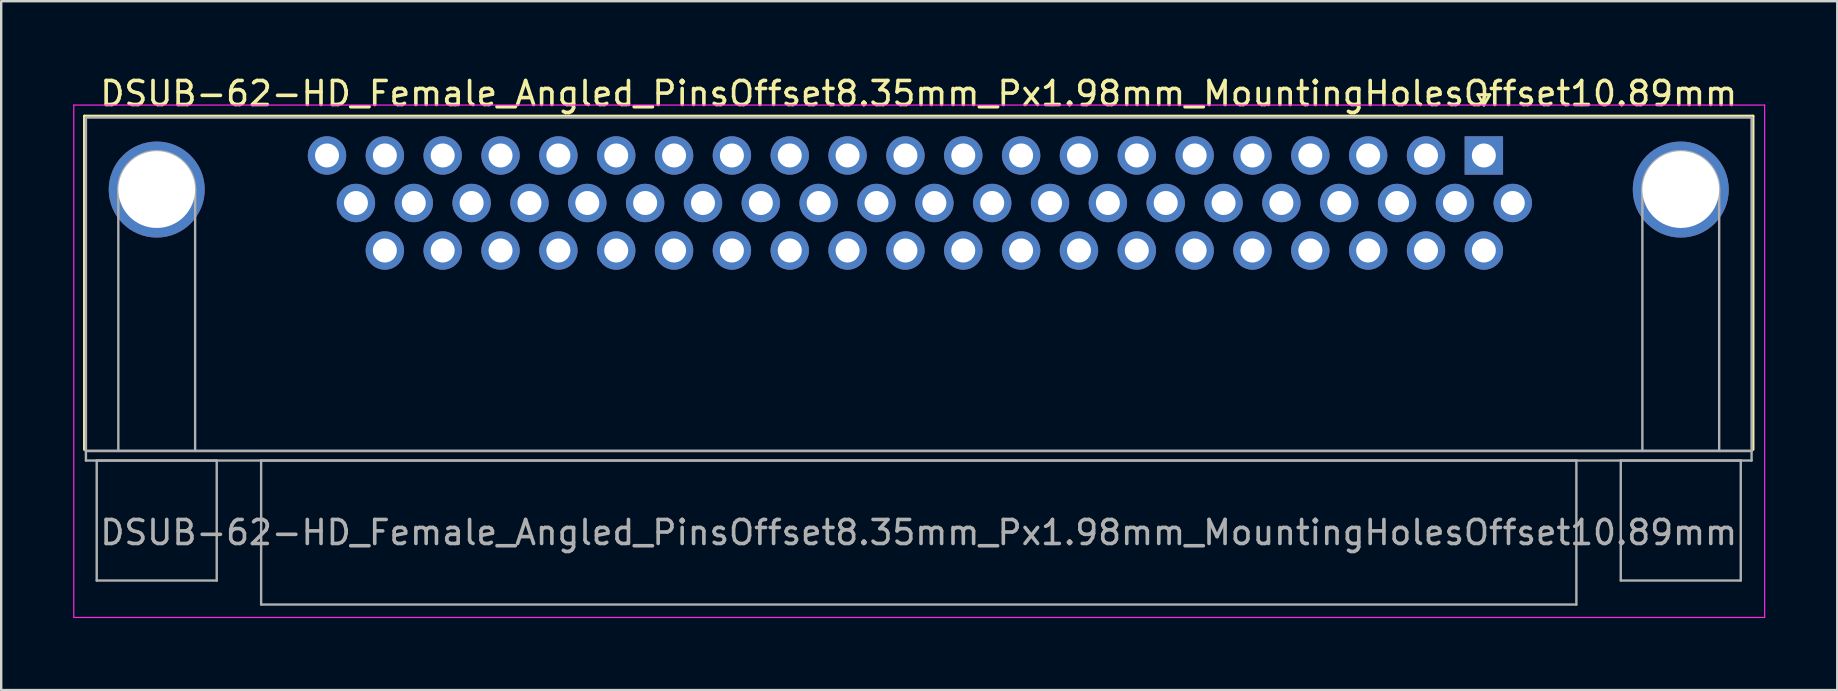
<source format=kicad_pcb>
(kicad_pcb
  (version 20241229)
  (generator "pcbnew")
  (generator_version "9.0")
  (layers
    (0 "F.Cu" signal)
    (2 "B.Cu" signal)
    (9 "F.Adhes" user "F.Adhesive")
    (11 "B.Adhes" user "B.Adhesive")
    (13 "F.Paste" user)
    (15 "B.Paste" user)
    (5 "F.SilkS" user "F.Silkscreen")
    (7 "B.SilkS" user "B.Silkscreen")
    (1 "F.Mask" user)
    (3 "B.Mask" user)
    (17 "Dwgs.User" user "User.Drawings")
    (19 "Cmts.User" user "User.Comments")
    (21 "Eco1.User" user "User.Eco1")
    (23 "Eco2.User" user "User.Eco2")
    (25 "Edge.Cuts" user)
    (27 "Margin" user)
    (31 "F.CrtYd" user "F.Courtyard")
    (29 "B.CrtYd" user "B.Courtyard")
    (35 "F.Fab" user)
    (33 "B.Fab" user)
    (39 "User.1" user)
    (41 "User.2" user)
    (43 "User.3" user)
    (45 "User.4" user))
  (footprint "DSUB-62-HD_Female_Angled_PinsOffset8.35mm_Px1.98mm_MountingHolesOffset10.89mm"
    (layer "F.Cu")
    (at 58.775 3.428)
    (property "Reference" "DSUB-62-HD_Female_Angled_PinsOffset8.35mm_Px1.98mm_MountingHolesOffset10.89mm" (at -23.545 -2.58 0) (layer "F.SilkS") (effects (font (size 1 1) (thickness 0.15))))
    (attr through_hole)
    (fp_line (start -58.305 -1.64) (end 11.215 -1.64) (stroke (width 0.12) (type solid)) (layer "F.SilkS"))
    (fp_line (start -58.305 12.25) (end -58.305 -1.64) (stroke (width 0.12) (type solid)) (layer "F.SilkS"))
    (fp_line (start -0.25 -2.534) (end 0.25 -2.534) (stroke (width 0.12) (type solid)) (layer "F.SilkS"))
    (fp_line (start 0 -2.101) (end -0.25 -2.534) (stroke (width 0.12) (type solid)) (layer "F.SilkS"))
    (fp_line (start 0.25 -2.534) (end 0 -2.101) (stroke (width 0.12) (type solid)) (layer "F.SilkS"))
    (fp_line (start 11.215 -1.64) (end 11.215 12.25) (stroke (width 0.12) (type solid)) (layer "F.SilkS"))
    (fp_line (start -58.75 -2.1) (end -58.75 19.25) (stroke (width 0.05) (type solid)) (layer "F.CrtYd"))
    (fp_line (start -58.75 19.25) (end 11.7 19.25) (stroke (width 0.05) (type solid)) (layer "F.CrtYd"))
    (fp_line (start 11.7 -2.1) (end -58.75 -2.1) (stroke (width 0.05) (type solid)) (layer "F.CrtYd"))
    (fp_line (start 11.7 19.25) (end 11.7 -2.1) (stroke (width 0.05) (type solid)) (layer "F.CrtYd"))
    (fp_line (start -58.245 -1.58) (end -58.245 12.31) (stroke (width 0.1) (type solid)) (layer "F.Fab"))
    (fp_line (start -58.245 12.31) (end -58.245 12.71) (stroke (width 0.1) (type solid)) (layer "F.Fab"))
    (fp_line (start -58.245 12.31) (end 11.155 12.31) (stroke (width 0.1) (type solid)) (layer "F.Fab"))
    (fp_line (start -58.245 12.71) (end 11.155 12.71) (stroke (width 0.1) (type solid)) (layer "F.Fab"))
    (fp_line (start -57.795 12.71) (end -57.795 17.71) (stroke (width 0.1) (type solid)) (layer "F.Fab"))
    (fp_line (start -57.795 17.71) (end -52.795 17.71) (stroke (width 0.1) (type solid)) (layer "F.Fab"))
    (fp_line (start -56.895 12.31) (end -56.895 1.42) (stroke (width 0.1) (type solid)) (layer "F.Fab"))
    (fp_line (start -53.695 12.31) (end -53.695 1.42) (stroke (width 0.1) (type solid)) (layer "F.Fab"))
    (fp_line (start -52.795 12.71) (end -57.795 12.71) (stroke (width 0.1) (type solid)) (layer "F.Fab"))
    (fp_line (start -52.795 17.71) (end -52.795 12.71) (stroke (width 0.1) (type solid)) (layer "F.Fab"))
    (fp_line (start -50.945 12.71) (end -50.945 18.71) (stroke (width 0.1) (type solid)) (layer "F.Fab"))
    (fp_line (start -50.945 18.71) (end 3.855 18.71) (stroke (width 0.1) (type solid)) (layer "F.Fab"))
    (fp_line (start 3.855 12.71) (end -50.945 12.71) (stroke (width 0.1) (type solid)) (layer "F.Fab"))
    (fp_line (start 3.855 18.71) (end 3.855 12.71) (stroke (width 0.1) (type solid)) (layer "F.Fab"))
    (fp_line (start 5.705 12.71) (end 5.705 17.71) (stroke (width 0.1) (type solid)) (layer "F.Fab"))
    (fp_line (start 5.705 17.71) (end 10.705 17.71) (stroke (width 0.1) (type solid)) (layer "F.Fab"))
    (fp_line (start 6.605 12.31) (end 6.605 1.42) (stroke (width 0.1) (type solid)) (layer "F.Fab"))
    (fp_line (start 9.805 12.31) (end 9.805 1.42) (stroke (width 0.1) (type solid)) (layer "F.Fab"))
    (fp_line (start 10.705 12.71) (end 5.705 12.71) (stroke (width 0.1) (type solid)) (layer "F.Fab"))
    (fp_line (start 10.705 17.71) (end 10.705 12.71) (stroke (width 0.1) (type solid)) (layer "F.Fab"))
    (fp_line (start 11.155 -1.58) (end -58.245 -1.58) (stroke (width 0.1) (type solid)) (layer "F.Fab"))
    (fp_line (start 11.155 12.31) (end -58.245 12.31) (stroke (width 0.1) (type solid)) (layer "F.Fab"))
    (fp_line (start 11.155 12.31) (end 11.155 -1.58) (stroke (width 0.1) (type solid)) (layer "F.Fab"))
    (fp_line (start 11.155 12.71) (end 11.155 12.31) (stroke (width 0.1) (type solid)) (layer "F.Fab"))
    (fp_arc (start -56.895 1.42) (mid -55.295 -0.18) (end -53.695 1.42) (stroke (width 0.1) (type solid)) (layer "F.Fab"))
    (fp_arc (start 6.605 1.42) (mid 8.205 -0.18) (end 9.805 1.42) (stroke (width 0.1) (type solid)) (layer "F.Fab"))
    (fp_text user "${REFERENCE}" (at -23.545 15.71 0) (layer "F.Fab") (effects (font (size 1 1) (thickness 0.15))))
    (pad "0" thru_hole circle (at -55.295 1.42) (size 4 4) (drill 3.2) (layers "*.Cu" "*.Mask"))
    (pad "0" thru_hole circle (at 8.205 1.42) (size 4 4) (drill 3.2) (layers "*.Cu" "*.Mask"))
    (pad "1" thru_hole rect (at 0 0) (size 1.6 1.6) (drill 1) (layers "*.Cu" "*.Mask"))
    (pad "2" thru_hole circle (at -2.41 0) (size 1.6 1.6) (drill 1) (layers "*.Cu" "*.Mask"))
    (pad "3" thru_hole circle (at -4.82 0) (size 1.6 1.6) (drill 1) (layers "*.Cu" "*.Mask"))
    (pad "4" thru_hole circle (at -7.23 0) (size 1.6 1.6) (drill 1) (layers "*.Cu" "*.Mask"))
    (pad "5" thru_hole circle (at -9.64 0) (size 1.6 1.6) (drill 1) (layers "*.Cu" "*.Mask"))
    (pad "6" thru_hole circle (at -12.05 0) (size 1.6 1.6) (drill 1) (layers "*.Cu" "*.Mask"))
    (pad "7" thru_hole circle (at -14.46 0) (size 1.6 1.6) (drill 1) (layers "*.Cu" "*.Mask"))
    (pad "8" thru_hole circle (at -16.87 0) (size 1.6 1.6) (drill 1) (layers "*.Cu" "*.Mask"))
    (pad "9" thru_hole circle (at -19.28 0) (size 1.6 1.6) (drill 1) (layers "*.Cu" "*.Mask"))
    (pad "10" thru_hole circle (at -21.69 0) (size 1.6 1.6) (drill 1) (layers "*.Cu" "*.Mask"))
    (pad "11" thru_hole circle (at -24.1 0) (size 1.6 1.6) (drill 1) (layers "*.Cu" "*.Mask"))
    (pad "12" thru_hole circle (at -26.51 0) (size 1.6 1.6) (drill 1) (layers "*.Cu" "*.Mask"))
    (pad "13" thru_hole circle (at -28.92 0) (size 1.6 1.6) (drill 1) (layers "*.Cu" "*.Mask"))
    (pad "14" thru_hole circle (at -31.33 0) (size 1.6 1.6) (drill 1) (layers "*.Cu" "*.Mask"))
    (pad "15" thru_hole circle (at -33.74 0) (size 1.6 1.6) (drill 1) (layers "*.Cu" "*.Mask"))
    (pad "16" thru_hole circle (at -36.15 0) (size 1.6 1.6) (drill 1) (layers "*.Cu" "*.Mask"))
    (pad "17" thru_hole circle (at -38.56 0) (size 1.6 1.6) (drill 1) (layers "*.Cu" "*.Mask"))
    (pad "18" thru_hole circle (at -40.97 0) (size 1.6 1.6) (drill 1) (layers "*.Cu" "*.Mask"))
    (pad "19" thru_hole circle (at -43.38 0) (size 1.6 1.6) (drill 1) (layers "*.Cu" "*.Mask"))
    (pad "20" thru_hole circle (at -45.79 0) (size 1.6 1.6) (drill 1) (layers "*.Cu" "*.Mask"))
    (pad "21" thru_hole circle (at -48.2 0) (size 1.6 1.6) (drill 1) (layers "*.Cu" "*.Mask"))
    (pad "22" thru_hole circle (at 1.205 1.98) (size 1.6 1.6) (drill 1) (layers "*.Cu" "*.Mask"))
    (pad "23" thru_hole circle (at -1.205 1.98) (size 1.6 1.6) (drill 1) (layers "*.Cu" "*.Mask"))
    (pad "24" thru_hole circle (at -3.615 1.98) (size 1.6 1.6) (drill 1) (layers "*.Cu" "*.Mask"))
    (pad "25" thru_hole circle (at -6.025 1.98) (size 1.6 1.6) (drill 1) (layers "*.Cu" "*.Mask"))
    (pad "26" thru_hole circle (at -8.435 1.98) (size 1.6 1.6) (drill 1) (layers "*.Cu" "*.Mask"))
    (pad "27" thru_hole circle (at -10.845 1.98) (size 1.6 1.6) (drill 1) (layers "*.Cu" "*.Mask"))
    (pad "28" thru_hole circle (at -13.255 1.98) (size 1.6 1.6) (drill 1) (layers "*.Cu" "*.Mask"))
    (pad "29" thru_hole circle (at -15.665 1.98) (size 1.6 1.6) (drill 1) (layers "*.Cu" "*.Mask"))
    (pad "30" thru_hole circle (at -18.075 1.98) (size 1.6 1.6) (drill 1) (layers "*.Cu" "*.Mask"))
    (pad "31" thru_hole circle (at -20.485 1.98) (size 1.6 1.6) (drill 1) (layers "*.Cu" "*.Mask"))
    (pad "32" thru_hole circle (at -22.895 1.98) (size 1.6 1.6) (drill 1) (layers "*.Cu" "*.Mask"))
    (pad "33" thru_hole circle (at -25.305 1.98) (size 1.6 1.6) (drill 1) (layers "*.Cu" "*.Mask"))
    (pad "34" thru_hole circle (at -27.715 1.98) (size 1.6 1.6) (drill 1) (layers "*.Cu" "*.Mask"))
    (pad "35" thru_hole circle (at -30.125 1.98) (size 1.6 1.6) (drill 1) (layers "*.Cu" "*.Mask"))
    (pad "36" thru_hole circle (at -32.535 1.98) (size 1.6 1.6) (drill 1) (layers "*.Cu" "*.Mask"))
    (pad "37" thru_hole circle (at -34.945 1.98) (size 1.6 1.6) (drill 1) (layers "*.Cu" "*.Mask"))
    (pad "38" thru_hole circle (at -37.355 1.98) (size 1.6 1.6) (drill 1) (layers "*.Cu" "*.Mask"))
    (pad "39" thru_hole circle (at -39.765 1.98) (size 1.6 1.6) (drill 1) (layers "*.Cu" "*.Mask"))
    (pad "40" thru_hole circle (at -42.175 1.98) (size 1.6 1.6) (drill 1) (layers "*.Cu" "*.Mask"))
    (pad "41" thru_hole circle (at -44.585 1.98) (size 1.6 1.6) (drill 1) (layers "*.Cu" "*.Mask"))
    (pad "42" thru_hole circle (at -46.995 1.98) (size 1.6 1.6) (drill 1) (layers "*.Cu" "*.Mask"))
    (pad "43" thru_hole circle (at 0 3.96) (size 1.6 1.6) (drill 1) (layers "*.Cu" "*.Mask"))
    (pad "44" thru_hole circle (at -2.41 3.96) (size 1.6 1.6) (drill 1) (layers "*.Cu" "*.Mask"))
    (pad "45" thru_hole circle (at -4.82 3.96) (size 1.6 1.6) (drill 1) (layers "*.Cu" "*.Mask"))
    (pad "46" thru_hole circle (at -7.23 3.96) (size 1.6 1.6) (drill 1) (layers "*.Cu" "*.Mask"))
    (pad "47" thru_hole circle (at -9.64 3.96) (size 1.6 1.6) (drill 1) (layers "*.Cu" "*.Mask"))
    (pad "48" thru_hole circle (at -12.05 3.96) (size 1.6 1.6) (drill 1) (layers "*.Cu" "*.Mask"))
    (pad "49" thru_hole circle (at -14.46 3.96) (size 1.6 1.6) (drill 1) (layers "*.Cu" "*.Mask"))
    (pad "50" thru_hole circle (at -16.87 3.96) (size 1.6 1.6) (drill 1) (layers "*.Cu" "*.Mask"))
    (pad "51" thru_hole circle (at -19.28 3.96) (size 1.6 1.6) (drill 1) (layers "*.Cu" "*.Mask"))
    (pad "52" thru_hole circle (at -21.69 3.96) (size 1.6 1.6) (drill 1) (layers "*.Cu" "*.Mask"))
    (pad "53" thru_hole circle (at -24.1 3.96) (size 1.6 1.6) (drill 1) (layers "*.Cu" "*.Mask"))
    (pad "54" thru_hole circle (at -26.51 3.96) (size 1.6 1.6) (drill 1) (layers "*.Cu" "*.Mask"))
    (pad "55" thru_hole circle (at -28.92 3.96) (size 1.6 1.6) (drill 1) (layers "*.Cu" "*.Mask"))
    (pad "56" thru_hole circle (at -31.33 3.96) (size 1.6 1.6) (drill 1) (layers "*.Cu" "*.Mask"))
    (pad "57" thru_hole circle (at -33.74 3.96) (size 1.6 1.6) (drill 1) (layers "*.Cu" "*.Mask"))
    (pad "58" thru_hole circle (at -36.15 3.96) (size 1.6 1.6) (drill 1) (layers "*.Cu" "*.Mask"))
    (pad "59" thru_hole circle (at -38.56 3.96) (size 1.6 1.6) (drill 1) (layers "*.Cu" "*.Mask"))
    (pad "60" thru_hole circle (at -40.97 3.96) (size 1.6 1.6) (drill 1) (layers "*.Cu" "*.Mask"))
    (pad "61" thru_hole circle (at -43.38 3.96) (size 1.6 1.6) (drill 1) (layers "*.Cu" "*.Mask"))
    (pad "62" thru_hole circle (at -45.79 3.96) (size 1.6 1.6) (drill 1) (layers "*.Cu" "*.Mask")))
  (gr_rect
    (start -3 -3)
    (end 73.5 25.703)
    (stroke (width 0.1) (type default))
    (fill no)
    (layer "Edge.Cuts")))
</source>
